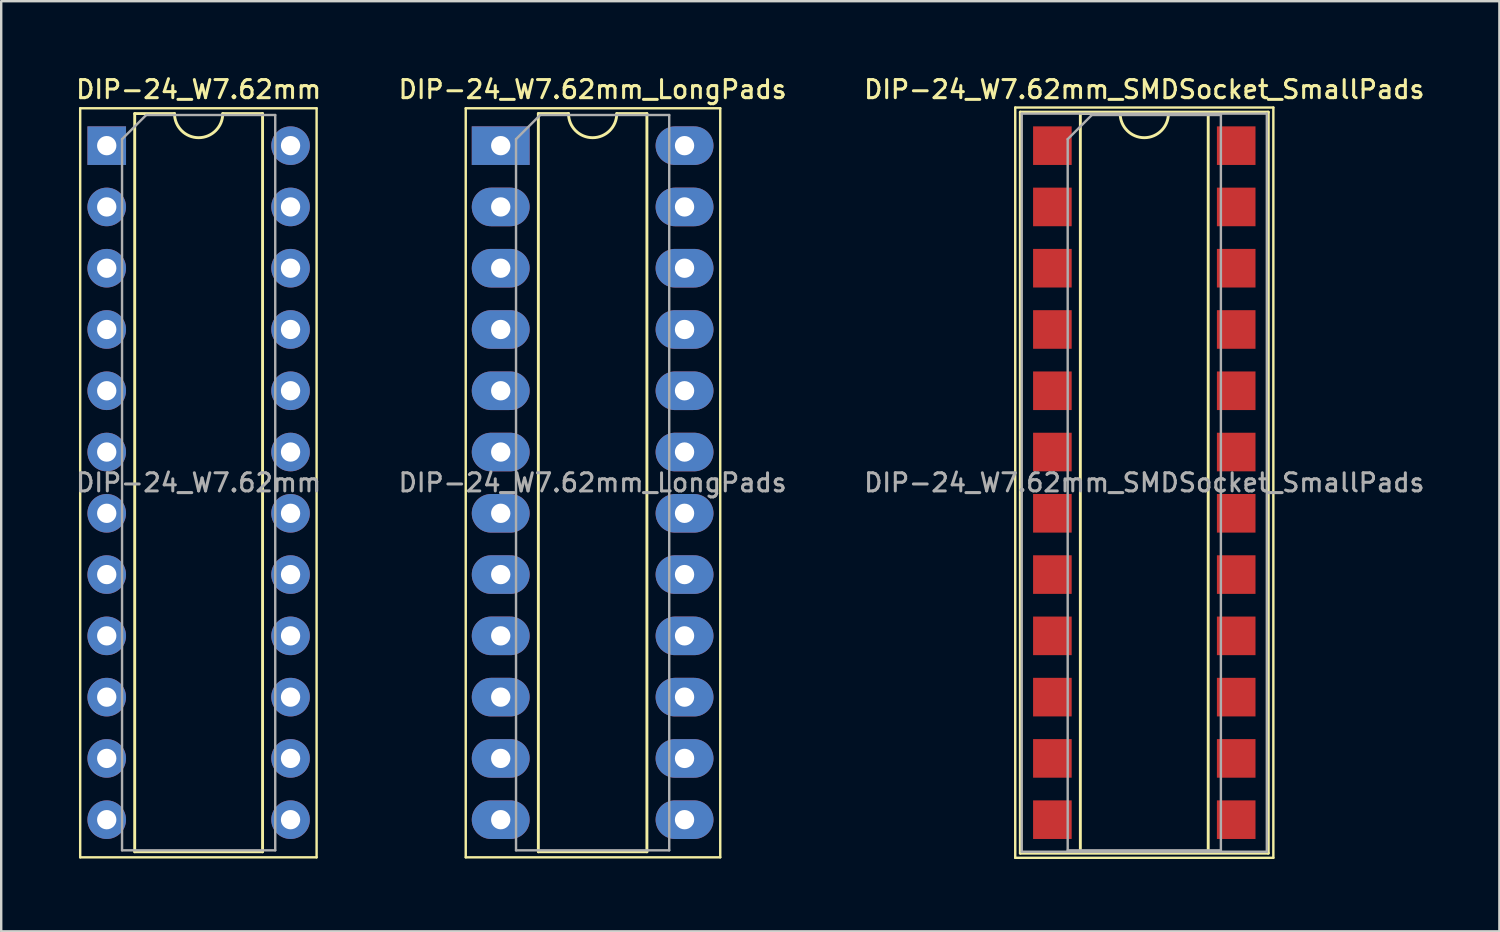
<source format=kicad_pcb>
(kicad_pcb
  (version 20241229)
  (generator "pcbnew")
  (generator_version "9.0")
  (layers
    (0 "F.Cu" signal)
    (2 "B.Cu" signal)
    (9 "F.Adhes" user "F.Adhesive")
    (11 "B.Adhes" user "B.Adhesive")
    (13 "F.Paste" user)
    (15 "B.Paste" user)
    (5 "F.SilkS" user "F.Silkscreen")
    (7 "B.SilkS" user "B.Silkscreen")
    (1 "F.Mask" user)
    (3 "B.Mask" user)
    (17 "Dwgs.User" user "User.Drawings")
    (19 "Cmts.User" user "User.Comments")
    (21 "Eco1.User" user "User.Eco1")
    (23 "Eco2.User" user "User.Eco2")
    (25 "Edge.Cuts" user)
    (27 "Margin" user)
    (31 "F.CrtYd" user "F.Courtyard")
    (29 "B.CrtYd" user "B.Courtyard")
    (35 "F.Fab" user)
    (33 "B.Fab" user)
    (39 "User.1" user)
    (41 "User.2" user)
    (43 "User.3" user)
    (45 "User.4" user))
  (footprint "DIP-24_W7.62mm_LongPads"
    (layer "F.Cu")
    (at 17.706 2.988)
    (property "Reference" "DIP-24_W7.62mm_LongPads" (at 3.81 -2.33 0) (layer "F.SilkS") (effects (font (size 0.75 0.75) (thickness 0.125))))
    (attr through_hole)
    (fp_line (start -1.45 -1.55) (end -1.45 29.5) (stroke (width 0.1) (type solid)) (layer "F.SilkS"))
    (fp_line (start -1.45 29.5) (end 9.1 29.5) (stroke (width 0.1) (type solid)) (layer "F.SilkS"))
    (fp_line (start 1.56 -1.33) (end 1.56 29.27) (stroke (width 0.12) (type solid)) (layer "F.SilkS"))
    (fp_line (start 1.56 29.27) (end 6.06 29.27) (stroke (width 0.12) (type solid)) (layer "F.SilkS"))
    (fp_line (start 2.81 -1.33) (end 1.56 -1.33) (stroke (width 0.12) (type solid)) (layer "F.SilkS"))
    (fp_line (start 6.06 -1.33) (end 4.81 -1.33) (stroke (width 0.12) (type solid)) (layer "F.SilkS"))
    (fp_line (start 6.06 29.27) (end 6.06 -1.33) (stroke (width 0.12) (type solid)) (layer "F.SilkS"))
    (fp_line (start 9.1 -1.55) (end -1.45 -1.55) (stroke (width 0.1) (type solid)) (layer "F.SilkS"))
    (fp_line (start 9.1 29.5) (end 9.1 -1.55) (stroke (width 0.1) (type solid)) (layer "F.SilkS"))
    (fp_arc (start 4.81 -1.33) (mid 3.81 -0.33) (end 2.81 -1.33) (stroke (width 0.12) (type solid)) (layer "F.SilkS"))
    (fp_line (start 0.635 -0.27) (end 1.635 -1.27) (stroke (width 0.1) (type solid)) (layer "F.Fab"))
    (fp_line (start 0.635 29.21) (end 0.635 -0.27) (stroke (width 0.1) (type solid)) (layer "F.Fab"))
    (fp_line (start 1.635 -1.27) (end 6.985 -1.27) (stroke (width 0.1) (type solid)) (layer "F.Fab"))
    (fp_line (start 6.985 -1.27) (end 6.985 29.21) (stroke (width 0.1) (type solid)) (layer "F.Fab"))
    (fp_line (start 6.985 29.21) (end 0.635 29.21) (stroke (width 0.1) (type solid)) (layer "F.Fab"))
    (fp_text user "${REFERENCE}" (at 3.81 13.97 0) (layer "F.Fab") (effects (font (size 0.75 0.75) (thickness 0.125))))
    (pad "1" thru_hole rect (at 0 0) (size 2.4 1.6) (drill 0.8) (layers "*.Cu" "*.Mask"))
    (pad "2" thru_hole oval (at 0 2.54) (size 2.4 1.6) (drill 0.8) (layers "*.Cu" "*.Mask"))
    (pad "3" thru_hole oval (at 0 5.08) (size 2.4 1.6) (drill 0.8) (layers "*.Cu" "*.Mask"))
    (pad "4" thru_hole oval (at 0 7.62) (size 2.4 1.6) (drill 0.8) (layers "*.Cu" "*.Mask"))
    (pad "5" thru_hole oval (at 0 10.16) (size 2.4 1.6) (drill 0.8) (layers "*.Cu" "*.Mask"))
    (pad "6" thru_hole oval (at 0 12.7) (size 2.4 1.6) (drill 0.8) (layers "*.Cu" "*.Mask"))
    (pad "7" thru_hole oval (at 0 15.24) (size 2.4 1.6) (drill 0.8) (layers "*.Cu" "*.Mask"))
    (pad "8" thru_hole oval (at 0 17.78) (size 2.4 1.6) (drill 0.8) (layers "*.Cu" "*.Mask"))
    (pad "9" thru_hole oval (at 0 20.32) (size 2.4 1.6) (drill 0.8) (layers "*.Cu" "*.Mask"))
    (pad "10" thru_hole oval (at 0 22.86) (size 2.4 1.6) (drill 0.8) (layers "*.Cu" "*.Mask"))
    (pad "11" thru_hole oval (at 0 25.4) (size 2.4 1.6) (drill 0.8) (layers "*.Cu" "*.Mask"))
    (pad "12" thru_hole oval (at 0 27.94) (size 2.4 1.6) (drill 0.8) (layers "*.Cu" "*.Mask"))
    (pad "13" thru_hole oval (at 7.62 27.94) (size 2.4 1.6) (drill 0.8) (layers "*.Cu" "*.Mask"))
    (pad "14" thru_hole oval (at 7.62 25.4) (size 2.4 1.6) (drill 0.8) (layers "*.Cu" "*.Mask"))
    (pad "15" thru_hole oval (at 7.62 22.86) (size 2.4 1.6) (drill 0.8) (layers "*.Cu" "*.Mask"))
    (pad "16" thru_hole oval (at 7.62 20.32) (size 2.4 1.6) (drill 0.8) (layers "*.Cu" "*.Mask"))
    (pad "17" thru_hole oval (at 7.62 17.78) (size 2.4 1.6) (drill 0.8) (layers "*.Cu" "*.Mask"))
    (pad "18" thru_hole oval (at 7.62 15.24) (size 2.4 1.6) (drill 0.8) (layers "*.Cu" "*.Mask"))
    (pad "19" thru_hole oval (at 7.62 12.7) (size 2.4 1.6) (drill 0.8) (layers "*.Cu" "*.Mask"))
    (pad "20" thru_hole oval (at 7.62 10.16) (size 2.4 1.6) (drill 0.8) (layers "*.Cu" "*.Mask"))
    (pad "21" thru_hole oval (at 7.62 7.62) (size 2.4 1.6) (drill 0.8) (layers "*.Cu" "*.Mask"))
    (pad "22" thru_hole oval (at 7.62 5.08) (size 2.4 1.6) (drill 0.8) (layers "*.Cu" "*.Mask"))
    (pad "23" thru_hole oval (at 7.62 2.54) (size 2.4 1.6) (drill 0.8) (layers "*.Cu" "*.Mask"))
    (pad "24" thru_hole oval (at 7.62 0) (size 2.4 1.6) (drill 0.8) (layers "*.Cu" "*.Mask")))
  (footprint "DIP-24_W7.62mm"
    (layer "F.Cu")
    (at 1.374 2.988)
    (property "Reference" "DIP-24_W7.62mm" (at 3.81 -2.33 0) (layer "F.SilkS") (effects (font (size 0.75 0.75) (thickness 0.125))))
    (attr through_hole)
    (fp_line (start -1.1 -1.55) (end -1.1 29.5) (stroke (width 0.1) (type solid)) (layer "F.SilkS"))
    (fp_line (start -1.1 29.5) (end 8.7 29.5) (stroke (width 0.1) (type solid)) (layer "F.SilkS"))
    (fp_line (start 1.16 -1.33) (end 1.16 29.27) (stroke (width 0.12) (type solid)) (layer "F.SilkS"))
    (fp_line (start 1.16 29.27) (end 6.46 29.27) (stroke (width 0.12) (type solid)) (layer "F.SilkS"))
    (fp_line (start 2.81 -1.33) (end 1.16 -1.33) (stroke (width 0.12) (type solid)) (layer "F.SilkS"))
    (fp_line (start 6.46 -1.33) (end 4.81 -1.33) (stroke (width 0.12) (type solid)) (layer "F.SilkS"))
    (fp_line (start 6.46 29.27) (end 6.46 -1.33) (stroke (width 0.12) (type solid)) (layer "F.SilkS"))
    (fp_line (start 8.7 -1.55) (end -1.1 -1.55) (stroke (width 0.1) (type solid)) (layer "F.SilkS"))
    (fp_line (start 8.7 29.5) (end 8.7 -1.55) (stroke (width 0.1) (type solid)) (layer "F.SilkS"))
    (fp_arc (start 4.81 -1.33) (mid 3.81 -0.33) (end 2.81 -1.33) (stroke (width 0.12) (type solid)) (layer "F.SilkS"))
    (fp_line (start 0.635 -0.27) (end 1.635 -1.27) (stroke (width 0.1) (type solid)) (layer "F.Fab"))
    (fp_line (start 0.635 29.21) (end 0.635 -0.27) (stroke (width 0.1) (type solid)) (layer "F.Fab"))
    (fp_line (start 1.635 -1.27) (end 6.985 -1.27) (stroke (width 0.1) (type solid)) (layer "F.Fab"))
    (fp_line (start 6.985 -1.27) (end 6.985 29.21) (stroke (width 0.1) (type solid)) (layer "F.Fab"))
    (fp_line (start 6.985 29.21) (end 0.635 29.21) (stroke (width 0.1) (type solid)) (layer "F.Fab"))
    (fp_text user "${REFERENCE}" (at 3.81 13.97 0) (layer "F.Fab") (effects (font (size 0.75 0.75) (thickness 0.125))))
    (pad "1" thru_hole rect (at 0 0) (size 1.6 1.6) (drill 0.8) (layers "*.Cu" "*.Mask"))
    (pad "2" thru_hole oval (at 0 2.54) (size 1.6 1.6) (drill 0.8) (layers "*.Cu" "*.Mask"))
    (pad "3" thru_hole oval (at 0 5.08) (size 1.6 1.6) (drill 0.8) (layers "*.Cu" "*.Mask"))
    (pad "4" thru_hole oval (at 0 7.62) (size 1.6 1.6) (drill 0.8) (layers "*.Cu" "*.Mask"))
    (pad "5" thru_hole oval (at 0 10.16) (size 1.6 1.6) (drill 0.8) (layers "*.Cu" "*.Mask"))
    (pad "6" thru_hole oval (at 0 12.7) (size 1.6 1.6) (drill 0.8) (layers "*.Cu" "*.Mask"))
    (pad "7" thru_hole oval (at 0 15.24) (size 1.6 1.6) (drill 0.8) (layers "*.Cu" "*.Mask"))
    (pad "8" thru_hole oval (at 0 17.78) (size 1.6 1.6) (drill 0.8) (layers "*.Cu" "*.Mask"))
    (pad "9" thru_hole oval (at 0 20.32) (size 1.6 1.6) (drill 0.8) (layers "*.Cu" "*.Mask"))
    (pad "10" thru_hole oval (at 0 22.86) (size 1.6 1.6) (drill 0.8) (layers "*.Cu" "*.Mask"))
    (pad "11" thru_hole oval (at 0 25.4) (size 1.6 1.6) (drill 0.8) (layers "*.Cu" "*.Mask"))
    (pad "12" thru_hole oval (at 0 27.94) (size 1.6 1.6) (drill 0.8) (layers "*.Cu" "*.Mask"))
    (pad "13" thru_hole oval (at 7.62 27.94) (size 1.6 1.6) (drill 0.8) (layers "*.Cu" "*.Mask"))
    (pad "14" thru_hole oval (at 7.62 25.4) (size 1.6 1.6) (drill 0.8) (layers "*.Cu" "*.Mask"))
    (pad "15" thru_hole oval (at 7.62 22.86) (size 1.6 1.6) (drill 0.8) (layers "*.Cu" "*.Mask"))
    (pad "16" thru_hole oval (at 7.62 20.32) (size 1.6 1.6) (drill 0.8) (layers "*.Cu" "*.Mask"))
    (pad "17" thru_hole oval (at 7.62 17.78) (size 1.6 1.6) (drill 0.8) (layers "*.Cu" "*.Mask"))
    (pad "18" thru_hole oval (at 7.62 15.24) (size 1.6 1.6) (drill 0.8) (layers "*.Cu" "*.Mask"))
    (pad "19" thru_hole oval (at 7.62 12.7) (size 1.6 1.6) (drill 0.8) (layers "*.Cu" "*.Mask"))
    (pad "20" thru_hole oval (at 7.62 10.16) (size 1.6 1.6) (drill 0.8) (layers "*.Cu" "*.Mask"))
    (pad "21" thru_hole oval (at 7.62 7.62) (size 1.6 1.6) (drill 0.8) (layers "*.Cu" "*.Mask"))
    (pad "22" thru_hole oval (at 7.62 5.08) (size 1.6 1.6) (drill 0.8) (layers "*.Cu" "*.Mask"))
    (pad "23" thru_hole oval (at 7.62 2.54) (size 1.6 1.6) (drill 0.8) (layers "*.Cu" "*.Mask"))
    (pad "24" thru_hole oval (at 7.62 0) (size 1.6 1.6) (drill 0.8) (layers "*.Cu" "*.Mask")))
  (footprint "DIP-24_W7.62mm_SMDSocket_SmallPads"
    (layer "F.Cu")
    (at 44.384 16.958)
    (property "Reference" "DIP-24_W7.62mm_SMDSocket_SmallPads" (at 0 -16.3 0) (layer "F.SilkS") (effects (font (size 0.75 0.75) (thickness 0.125))))
    (attr smd)
    (fp_line (start -5.35 -15.55) (end -5.35 15.55) (stroke (width 0.1) (type solid)) (layer "F.SilkS"))
    (fp_line (start -5.35 15.55) (end 5.35 15.55) (stroke (width 0.1) (type solid)) (layer "F.SilkS"))
    (fp_line (start -5.14 -15.36) (end -5.14 15.36) (stroke (width 0.12) (type solid)) (layer "F.SilkS"))
    (fp_line (start -5.14 15.36) (end 5.14 15.36) (stroke (width 0.12) (type solid)) (layer "F.SilkS"))
    (fp_line (start -2.65 -15.3) (end -2.65 15.3) (stroke (width 0.12) (type solid)) (layer "F.SilkS"))
    (fp_line (start -2.65 15.3) (end 2.65 15.3) (stroke (width 0.12) (type solid)) (layer "F.SilkS"))
    (fp_line (start -1 -15.3) (end -2.65 -15.3) (stroke (width 0.12) (type solid)) (layer "F.SilkS"))
    (fp_line (start 2.65 -15.3) (end 1 -15.3) (stroke (width 0.12) (type solid)) (layer "F.SilkS"))
    (fp_line (start 2.65 15.3) (end 2.65 -15.3) (stroke (width 0.12) (type solid)) (layer "F.SilkS"))
    (fp_line (start 5.14 -15.36) (end -5.14 -15.36) (stroke (width 0.12) (type solid)) (layer "F.SilkS"))
    (fp_line (start 5.14 15.36) (end 5.14 -15.36) (stroke (width 0.12) (type solid)) (layer "F.SilkS"))
    (fp_line (start 5.35 -15.55) (end -5.35 -15.55) (stroke (width 0.1) (type solid)) (layer "F.SilkS"))
    (fp_line (start 5.35 15.55) (end 5.35 -15.55) (stroke (width 0.1) (type solid)) (layer "F.SilkS"))
    (fp_arc (start 1 -15.3) (mid 0 -14.3) (end -1 -15.3) (stroke (width 0.12) (type solid)) (layer "F.SilkS"))
    (fp_line (start -5.08 -15.3) (end -5.08 15.3) (stroke (width 0.1) (type solid)) (layer "F.Fab"))
    (fp_line (start -5.08 15.3) (end 5.08 15.3) (stroke (width 0.1) (type solid)) (layer "F.Fab"))
    (fp_line (start -3.175 -14.24) (end -2.175 -15.24) (stroke (width 0.1) (type solid)) (layer "F.Fab"))
    (fp_line (start -3.175 15.24) (end -3.175 -14.24) (stroke (width 0.1) (type solid)) (layer "F.Fab"))
    (fp_line (start -2.175 -15.24) (end 3.175 -15.24) (stroke (width 0.1) (type solid)) (layer "F.Fab"))
    (fp_line (start 3.175 -15.24) (end 3.175 15.24) (stroke (width 0.1) (type solid)) (layer "F.Fab"))
    (fp_line (start 3.175 15.24) (end -3.175 15.24) (stroke (width 0.1) (type solid)) (layer "F.Fab"))
    (fp_line (start 5.08 -15.3) (end -5.08 -15.3) (stroke (width 0.1) (type solid)) (layer "F.Fab"))
    (fp_line (start 5.08 15.3) (end 5.08 -15.3) (stroke (width 0.1) (type solid)) (layer "F.Fab"))
    (fp_text user "${REFERENCE}" (at 0 0 0) (layer "F.Fab") (effects (font (size 0.75 0.75) (thickness 0.125))))
    (pad "1" smd rect (at -3.81 -13.97) (size 1.6 1.6) (layers "F.Cu" "F.Mask" "F.Paste"))
    (pad "2" smd rect (at -3.81 -11.43) (size 1.6 1.6) (layers "F.Cu" "F.Mask" "F.Paste"))
    (pad "3" smd rect (at -3.81 -8.89) (size 1.6 1.6) (layers "F.Cu" "F.Mask" "F.Paste"))
    (pad "4" smd rect (at -3.81 -6.35) (size 1.6 1.6) (layers "F.Cu" "F.Mask" "F.Paste"))
    (pad "5" smd rect (at -3.81 -3.81) (size 1.6 1.6) (layers "F.Cu" "F.Mask" "F.Paste"))
    (pad "6" smd rect (at -3.81 -1.27) (size 1.6 1.6) (layers "F.Cu" "F.Mask" "F.Paste"))
    (pad "7" smd rect (at -3.81 1.27) (size 1.6 1.6) (layers "F.Cu" "F.Mask" "F.Paste"))
    (pad "8" smd rect (at -3.81 3.81) (size 1.6 1.6) (layers "F.Cu" "F.Mask" "F.Paste"))
    (pad "9" smd rect (at -3.81 6.35) (size 1.6 1.6) (layers "F.Cu" "F.Mask" "F.Paste"))
    (pad "10" smd rect (at -3.81 8.89) (size 1.6 1.6) (layers "F.Cu" "F.Mask" "F.Paste"))
    (pad "11" smd rect (at -3.81 11.43) (size 1.6 1.6) (layers "F.Cu" "F.Mask" "F.Paste"))
    (pad "12" smd rect (at -3.81 13.97) (size 1.6 1.6) (layers "F.Cu" "F.Mask" "F.Paste"))
    (pad "13" smd rect (at 3.81 13.97) (size 1.6 1.6) (layers "F.Cu" "F.Mask" "F.Paste"))
    (pad "14" smd rect (at 3.81 11.43) (size 1.6 1.6) (layers "F.Cu" "F.Mask" "F.Paste"))
    (pad "15" smd rect (at 3.81 8.89) (size 1.6 1.6) (layers "F.Cu" "F.Mask" "F.Paste"))
    (pad "16" smd rect (at 3.81 6.35) (size 1.6 1.6) (layers "F.Cu" "F.Mask" "F.Paste"))
    (pad "17" smd rect (at 3.81 3.81) (size 1.6 1.6) (layers "F.Cu" "F.Mask" "F.Paste"))
    (pad "18" smd rect (at 3.81 1.27) (size 1.6 1.6) (layers "F.Cu" "F.Mask" "F.Paste"))
    (pad "19" smd rect (at 3.81 -1.27) (size 1.6 1.6) (layers "F.Cu" "F.Mask" "F.Paste"))
    (pad "20" smd rect (at 3.81 -3.81) (size 1.6 1.6) (layers "F.Cu" "F.Mask" "F.Paste"))
    (pad "21" smd rect (at 3.81 -6.35) (size 1.6 1.6) (layers "F.Cu" "F.Mask" "F.Paste"))
    (pad "22" smd rect (at 3.81 -8.89) (size 1.6 1.6) (layers "F.Cu" "F.Mask" "F.Paste"))
    (pad "23" smd rect (at 3.81 -11.43) (size 1.6 1.6) (layers "F.Cu" "F.Mask" "F.Paste"))
    (pad "24" smd rect (at 3.81 -13.97) (size 1.6 1.6) (layers "F.Cu" "F.Mask" "F.Paste")))
  (gr_rect
    (start -3 -3)
    (end 59.104 35.558)
    (stroke (width 0.1) (type default))
    (fill no)
    (layer "Edge.Cuts")))
</source>
